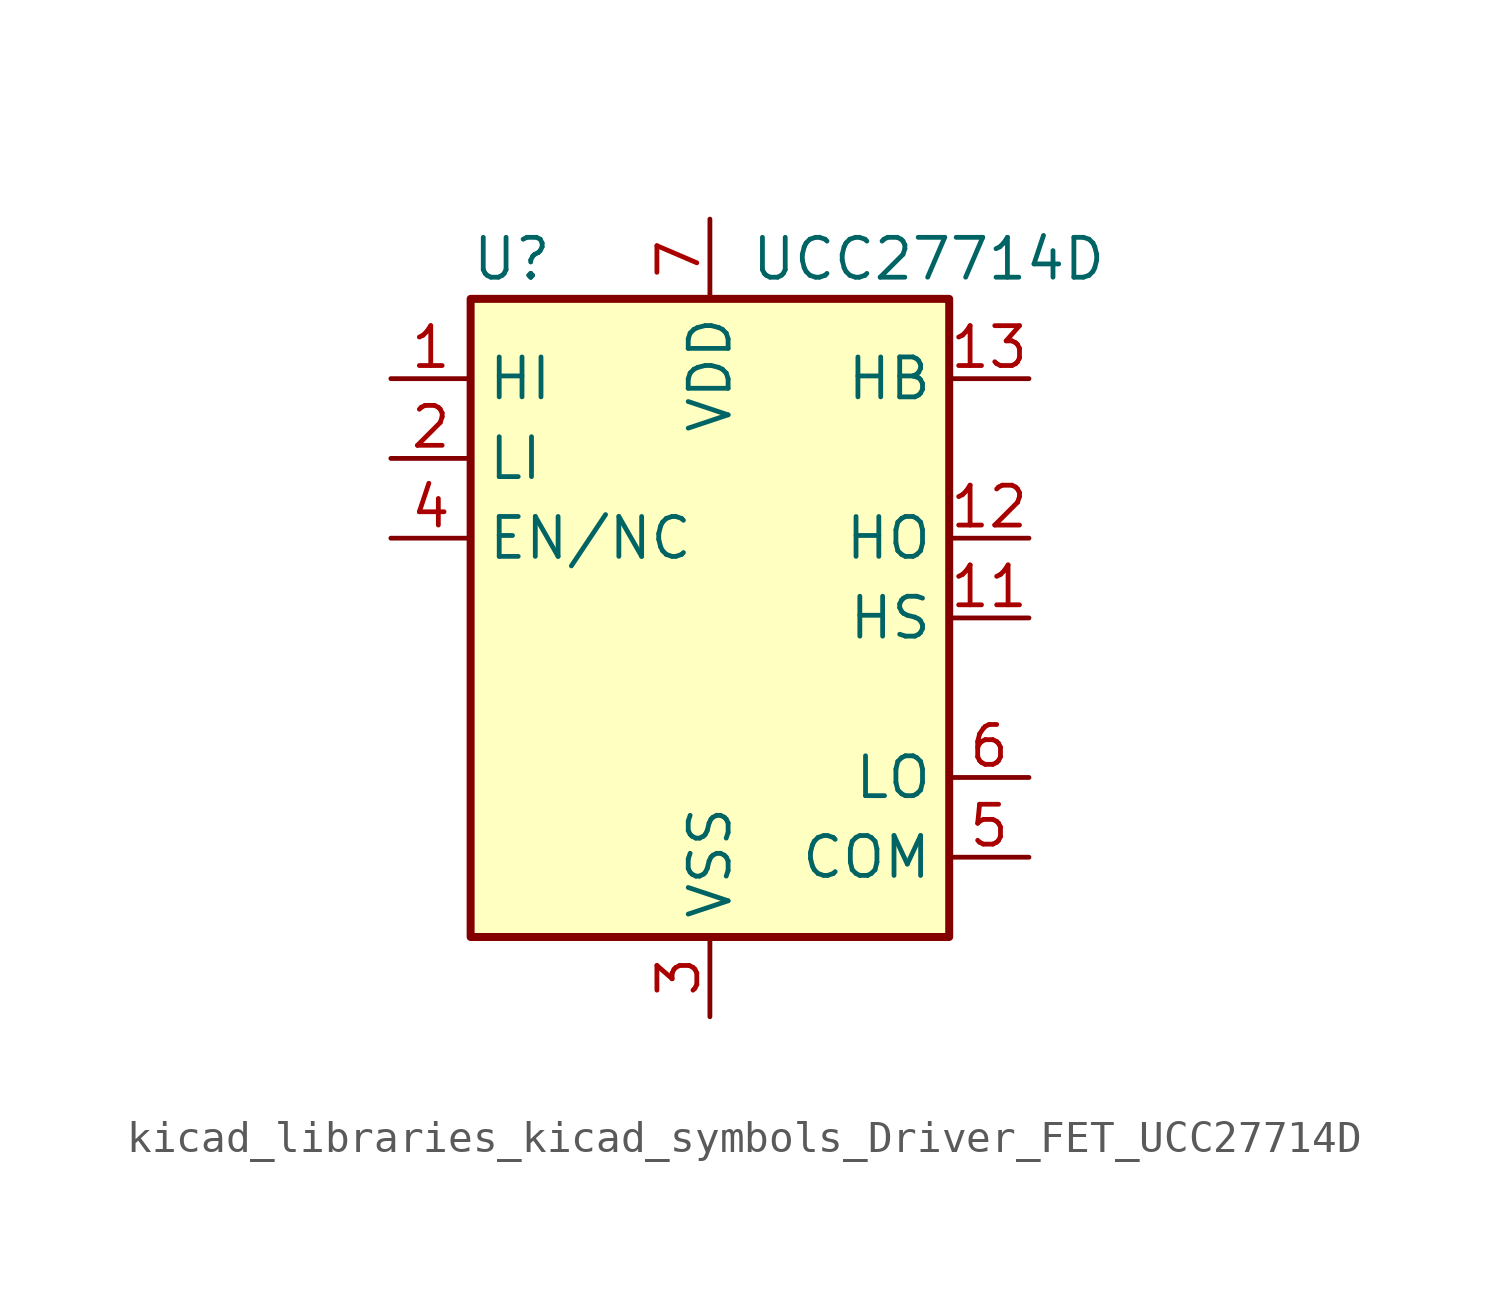
<source format=kicad_sym>
(kicad_symbol_lib
  (version 20220914)
  (generator kicad_symbol_editor)
  (symbol "kicad_libraries_kicad_symbols_Driver_FET_UCC27714D"
    (property "Reference" "U"
      (at -7.62 11.43 0)
      (effects (font (size 1.27 1.27)) (justify left)))
    (property "Value" "UCC27714D"
      (at 1.27 11.43 0)
      (effects (font (size 1.27 1.27)) (justify left)))
    (symbol "kicad_libraries_kicad_symbols_Driver_FET_UCC27714D_0_1"
      (rectangle (start -7.62 10.16) (end 7.62 -10.16) (stroke (width 0.254) (type default)) (fill (type background))))
    (symbol "kicad_libraries_kicad_symbols_Driver_FET_UCC27714D_1_1"
      (pin input line (at -10.16 7.62 0) (length 2.54) (name "HI" (effects (font (size 1.27 1.27)))) (number "1" (effects (font (size 1.27 1.27)))))
      (pin no_connect line (at -7.62 -5.08 0) (length 2.54) hide (name "NC" (effects (font (size 1.27 1.27)))) (number "10" (effects (font (size 1.27 1.27)))))
      (pin passive line (at 10.16 0 180) (length 2.54) (name "HS" (effects (font (size 1.27 1.27)))) (number "11" (effects (font (size 1.27 1.27)))))
      (pin output line (at 10.16 2.54 180) (length 2.54) (name "HO" (effects (font (size 1.27 1.27)))) (number "12" (effects (font (size 1.27 1.27)))))
      (pin input line (at 10.16 7.62 180) (length 2.54) (name "HB" (effects (font (size 1.27 1.27)))) (number "13" (effects (font (size 1.27 1.27)))))
      (pin no_connect line (at -7.62 -7.62 0) (length 2.54) hide (name "NC" (effects (font (size 1.27 1.27)))) (number "14" (effects (font (size 1.27 1.27)))))
      (pin input line (at -10.16 5.08 0) (length 2.54) (name "LI" (effects (font (size 1.27 1.27)))) (number "2" (effects (font (size 1.27 1.27)))))
      (pin power_in line (at 0 -12.7 90) (length 2.54) (name "VSS" (effects (font (size 1.27 1.27)))) (number "3" (effects (font (size 1.27 1.27)))))
      (pin input line (at -10.16 2.54 0) (length 2.54) (name "EN/NC" (effects (font (size 1.27 1.27)))) (number "4" (effects (font (size 1.27 1.27)))))
      (pin passive line (at 10.16 -7.62 180) (length 2.54) (name "COM" (effects (font (size 1.27 1.27)))) (number "5" (effects (font (size 1.27 1.27)))))
      (pin output line (at 10.16 -5.08 180) (length 2.54) (name "LO" (effects (font (size 1.27 1.27)))) (number "6" (effects (font (size 1.27 1.27)))))
      (pin power_in line (at 0 12.7 270) (length 2.54) (name "VDD" (effects (font (size 1.27 1.27)))) (number "7" (effects (font (size 1.27 1.27)))))
      (pin no_connect line (at -7.62 0 0) (length 2.54) hide (name "NC" (effects (font (size 1.27 1.27)))) (number "8" (effects (font (size 1.27 1.27)))))
      (pin no_connect line (at -7.62 -2.54 0) (length 2.54) hide (name "NC" (effects (font (size 1.27 1.27)))) (number "9" (effects (font (size 1.27 1.27))))))))
</source>
